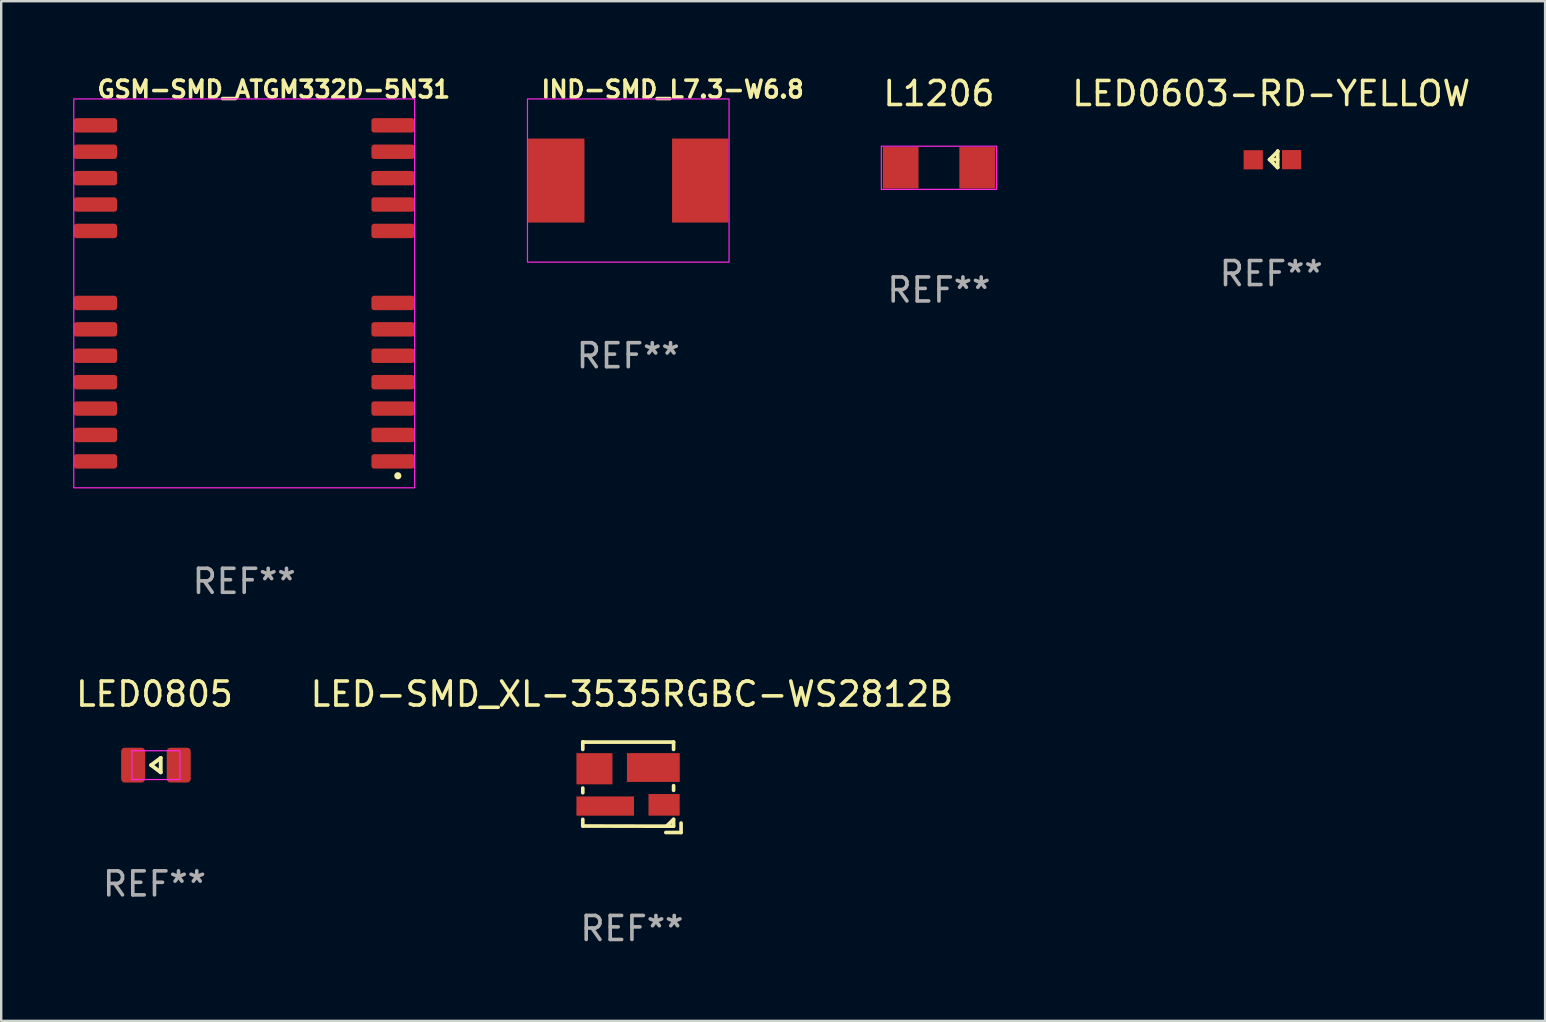
<source format=kicad_pcb>
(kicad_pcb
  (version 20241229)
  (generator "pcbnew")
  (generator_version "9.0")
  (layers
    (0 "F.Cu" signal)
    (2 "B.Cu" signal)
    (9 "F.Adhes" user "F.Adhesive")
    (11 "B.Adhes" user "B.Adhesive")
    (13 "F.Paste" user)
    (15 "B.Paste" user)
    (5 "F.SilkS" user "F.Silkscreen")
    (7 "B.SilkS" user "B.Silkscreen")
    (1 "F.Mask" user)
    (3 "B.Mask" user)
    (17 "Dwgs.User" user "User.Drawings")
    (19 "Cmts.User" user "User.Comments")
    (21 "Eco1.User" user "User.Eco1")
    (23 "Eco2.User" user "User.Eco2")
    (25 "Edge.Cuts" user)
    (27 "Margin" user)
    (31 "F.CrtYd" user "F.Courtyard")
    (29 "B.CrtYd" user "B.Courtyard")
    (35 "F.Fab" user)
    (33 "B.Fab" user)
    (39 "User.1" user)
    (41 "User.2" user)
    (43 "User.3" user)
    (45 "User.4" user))
  (footprint "LED0603-RD-YELLOW"
    (layer "F.Cu")
    (at 49.966 3.605)
    (property "Reference" "LED0603-RD-YELLOW" (at -0.05 -2.757 0) (layer "F.SilkS") (effects (font (size 1 1) (thickness 0.15))))
    (attr through_hole)
    (fp_line (start 0.21 0.323) (end -0.12 -0.007) (stroke (width 0.15) (type solid)) (layer "F.SilkS"))
    (fp_line (start 0.22 -0.357) (end 0.22 -0.347) (stroke (width 0.15) (type solid)) (layer "F.SilkS"))
    (fp_line (start 0.22 -0.357) (end 0.22 0.323) (stroke (width 0.15) (type solid)) (layer "F.SilkS"))
    (fp_line (start 0.22 -0.347) (end -0.12 -0.007) (stroke (width 0.15) (type solid)) (layer "F.SilkS"))
    (fp_line (start 0.22 -0.007) (end -0.12 -0.007) (stroke (width 0.15) (type solid)) (layer "F.SilkS"))
    (fp_line (start 0.22 0.323) (end 0.21 0.323) (stroke (width 0.15) (type solid)) (layer "F.SilkS"))
    (fp_text user "REF**" (at -0.05 4.746 0) (layer "F.Fab") (effects (font (size 1 1) (thickness 0.15))))
    (pad "1" smd rect (at -0.799 0.003 90) (size 0.8 0.8) (layers "F.Cu" "F.Mask" "F.Paste"))
    (pad "2" smd rect (at 0.799 -0.003 90) (size 0.8 0.8) (layers "F.Cu" "F.Mask" "F.Paste")))
  (footprint "LED-SMD_XL-3535RGBC-WS2812B"
    (layer "F.Cu")
    (at 23.168 29.732)
    (property "Reference" "LED-SMD_XL-3535RGBC-WS2812B" (at 0.111 -3.863 0) (layer "F.SilkS") (effects (font (size 1 1) (thickness 0.15))))
    (attr through_hole)
    (fp_line (start -1.936 -1.863) (end -1.936 -1.843) (stroke (width 0.152) (type solid)) (layer "F.SilkS"))
    (fp_line (start -1.936 1.357) (end -1.936 1.634) (stroke (width 0.152) (type solid)) (layer "F.SilkS"))
    (fp_line (start -1.936 1.634) (end 1.846 1.642) (stroke (width 0.152) (type solid)) (layer "F.SilkS"))
    (fp_line (start -1.936 -1.861) (end -1.936 -1.557) (stroke (width 0.152) (type solid)) (layer "F.SilkS"))
    (fp_line (start -1.936 0.052) (end -1.936 0.248) (stroke (width 0.152) (type solid)) (layer "F.SilkS"))
    (fp_line (start -1.9 -1.861) (end -1.936 -1.861) (stroke (width 0.152) (type solid)) (layer "F.SilkS"))
    (fp_line (start 1.524 1.905) (end 2.159 1.905) (stroke (width 0.152) (type solid)) (layer "F.SilkS"))
    (fp_line (start 1.846 1.357) (end 1.559 1.634) (stroke (width 0.152) (type solid)) (layer "F.SilkS"))
    (fp_line (start 1.846 1.642) (end 1.846 1.357) (stroke (width 0.152) (type solid)) (layer "F.SilkS"))
    (fp_line (start 1.847 -1.863) (end -1.936 -1.863) (stroke (width 0.152) (type solid)) (layer "F.SilkS"))
    (fp_line (start 1.847 -1.557) (end 1.847 -1.863) (stroke (width 0.152) (type solid)) (layer "F.SilkS"))
    (fp_line (start 1.847 0.148) (end 1.847 -0.048) (stroke (width 0.152) (type solid)) (layer "F.SilkS"))
    (fp_line (start 2.159 1.905) (end 2.159 1.51) (stroke (width 0.152) (type solid)) (layer "F.SilkS"))
    (fp_circle (center 1.802 1.65) (end 1.832 1.65) (stroke (width 0.06) (type solid)) (fill no) (layer "F.SilkS"))
    (fp_text user "REF**" (at 0.111 5.905 0) (layer "F.Fab") (effects (font (size 1 1) (thickness 0.15))))
    (pad "1" smd rect (at 1.451 0.752) (size 1.3 0.9) (layers "F.Cu" "F.Mask" "F.Paste"))
    (pad "2" smd rect (at 1.004 -0.803) (size 2.2 1.2) (layers "F.Cu" "F.Mask" "F.Paste"))
    (pad "3" smd rect (at -1.451 -0.752) (size 1.5 1.3) (layers "F.Cu" "F.Mask" "F.Paste"))
    (pad "4" smd rect (at -1.001 0.803) (size 2.4 0.8) (layers "F.Cu" "F.Mask" "F.Paste")))
  (footprint "IND-SMD_L7.3-W6.8"
    (layer "F.Cu")
    (at 23.127 4.473)
    (property "Reference" "IND-SMD_L7.3-W6.8" (at -3.7 -3.8 0) (layer "F.SilkS") (effects (font (size 0.7 0.7) (thickness 0.15)) (justify left)))
    (attr through_hole)
    (fp_rect (start -4.2 -3.4) (end 4.2 3.4) (stroke (width 0.05) (type default)) (fill no) (layer "F.CrtYd"))
    (fp_text user "REF**" (at 0 7.3 0) (layer "F.Fab") (effects (font (size 1 1) (thickness 0.15))))
    (pad "1" smd rect (at -3 0) (size 2.35 3.5) (layers "F.Cu" "F.Mask" "F.Paste"))
    (pad "2" smd rect (at 3 0) (size 2.35 3.5) (layers "F.Cu" "F.Mask" "F.Paste")))
  (footprint "L1206"
    (layer "F.Cu")
    (at 36.071 3.941)
    (property "Reference" "L1206" (at 0 -3.093 0) (layer "F.SilkS") (effects (font (size 1 1) (thickness 0.15))))
    (attr through_hole)
    (fp_rect (start -2.4 -0.9) (end 2.4 0.9) (stroke (width 0.05) (type default)) (fill no) (layer "F.CrtYd"))
    (fp_text user "REF**" (at 0 5.093 0) (layer "F.Fab") (effects (font (size 1 1) (thickness 0.15))))
    (pad "1" smd rect (at -1.593 0) (size 1.485 1.728) (layers "F.Cu" "F.Mask" "F.Paste"))
    (pad "2" smd rect (at 1.593 0) (size 1.485 1.728) (layers "F.Cu" "F.Mask" "F.Paste")))
  (footprint "LED0805"
    (layer "F.Cu")
    (at 3.447 28.829)
    (property "Reference" "LED0805" (at -0.06 -2.96 0) (layer "F.SilkS") (effects (font (size 1 1) (thickness 0.15))))
    (attr through_hole)
    (fp_line (start -0.2 0) (end 0.2 -0.3) (stroke (width 0.16) (type default)) (layer "F.SilkS"))
    (fp_line (start 0.2 -0.3) (end 0.2 0.3) (stroke (width 0.16) (type default)) (layer "F.SilkS"))
    (fp_line (start 0.2 0.3) (end -0.2 0) (stroke (width 0.16) (type default)) (layer "F.SilkS"))
    (fp_rect (start -1 -0.6) (end 1 0.6) (stroke (width 0.05) (type default)) (fill no) (layer "F.CrtYd"))
    (fp_text user "REF**" (at -0.06 4.95 0) (layer "F.Fab") (effects (font (size 1 1) (thickness 0.15))))
    (pad "1" smd roundrect (at -0.95 0 180) (size 1 1.45) (layers "F.Cu" "F.Mask" "F.Paste") (roundrect_rratio 0.15))
    (pad "2" smd roundrect (at 0.95 0 180) (size 1 1.45) (layers "F.Cu" "F.Mask" "F.Paste") (roundrect_rratio 0.15)))
  (footprint "GSM-SMD_ATGM332D-5N31"
    (layer "F.Cu")
    (at 7.125 9.173)
    (property "Reference" "GSM-SMD_ATGM332D-5N31" (at -6.2 -8.5 0) (layer "F.SilkS") (effects (font (size 0.7 0.7) (thickness 0.15)) (justify left)))
    (attr through_hole)
    (fp_circle (center 6.4 7.6) (end 6.55 7.6) (stroke (width 0) (type solid)) (fill yes) (layer "F.SilkS"))
    (fp_rect (start -7.1 -8.1) (end 7.1 8.1) (stroke (width 0.05) (type default)) (fill no) (layer "F.CrtYd"))
    (fp_text user "REF**" (at 0 12 0) (layer "F.Fab") (effects (font (size 1 1) (thickness 0.15))))
    (pad "1" smd roundrect (at 6.2 7 270) (size 0.6 1.8) (layers "F.Cu" "F.Mask" "F.Paste") (roundrect_rratio 0.188))
    (pad "2" smd roundrect (at 6.2 5.9 270) (size 0.6 1.8) (layers "F.Cu" "F.Mask" "F.Paste") (roundrect_rratio 0.188))
    (pad "3" smd roundrect (at 6.2 4.8 270) (size 0.6 1.8) (layers "F.Cu" "F.Mask" "F.Paste") (roundrect_rratio 0.188))
    (pad "4" smd roundrect (at 6.2 3.7 270) (size 0.6 1.8) (layers "F.Cu" "F.Mask" "F.Paste") (roundrect_rratio 0.188))
    (pad "5" smd roundrect (at 6.2 2.6 270) (size 0.6 1.8) (layers "F.Cu" "F.Mask" "F.Paste") (roundrect_rratio 0.188))
    (pad "6" smd roundrect (at 6.2 1.5 270) (size 0.6 1.8) (layers "F.Cu" "F.Mask" "F.Paste") (roundrect_rratio 0.188))
    (pad "7" smd roundrect (at 6.2 0.4 270) (size 0.6 1.8) (layers "F.Cu" "F.Mask" "F.Paste") (roundrect_rratio 0.188))
    (pad "8" smd roundrect (at 6.2 -2.6 270) (size 0.6 1.8) (layers "F.Cu" "F.Mask" "F.Paste") (roundrect_rratio 0.188))
    (pad "9" smd roundrect (at 6.2 -3.7 270) (size 0.6 1.8) (layers "F.Cu" "F.Mask" "F.Paste") (roundrect_rratio 0.188))
    (pad "10" smd roundrect (at 6.2 -4.8 270) (size 0.6 1.8) (layers "F.Cu" "F.Mask" "F.Paste") (roundrect_rratio 0.188))
    (pad "11" smd roundrect (at 6.2 -5.9 270) (size 0.6 1.8) (layers "F.Cu" "F.Mask" "F.Paste") (roundrect_rratio 0.188))
    (pad "12" smd roundrect (at 6.2 -7 270) (size 0.6 1.8) (layers "F.Cu" "F.Mask" "F.Paste") (roundrect_rratio 0.188))
    (pad "13" smd roundrect (at -6.2 -7 270) (size 0.6 1.8) (layers "F.Cu" "F.Mask" "F.Paste") (roundrect_rratio 0.188))
    (pad "14" smd roundrect (at -6.2 -5.9 270) (size 0.6 1.8) (layers "F.Cu" "F.Mask" "F.Paste") (roundrect_rratio 0.188))
    (pad "15" smd roundrect (at -6.2 -4.8 270) (size 0.6 1.8) (layers "F.Cu" "F.Mask" "F.Paste") (roundrect_rratio 0.188))
    (pad "16" smd roundrect (at -6.2 -3.7 270) (size 0.6 1.8) (layers "F.Cu" "F.Mask" "F.Paste") (roundrect_rratio 0.188))
    (pad "17" smd roundrect (at -6.2 -2.6 270) (size 0.6 1.8) (layers "F.Cu" "F.Mask" "F.Paste") (roundrect_rratio 0.188))
    (pad "18" smd roundrect (at -6.2 0.4 270) (size 0.6 1.8) (layers "F.Cu" "F.Mask" "F.Paste") (roundrect_rratio 0.188))
    (pad "19" smd roundrect (at -6.2 1.5 270) (size 0.6 1.8) (layers "F.Cu" "F.Mask" "F.Paste") (roundrect_rratio 0.188))
    (pad "20" smd roundrect (at -6.2 2.6 270) (size 0.6 1.8) (layers "F.Cu" "F.Mask" "F.Paste") (roundrect_rratio 0.188))
    (pad "21" smd roundrect (at -6.2 3.7 270) (size 0.6 1.8) (layers "F.Cu" "F.Mask" "F.Paste") (roundrect_rratio 0.188))
    (pad "22" smd roundrect (at -6.2 4.8 270) (size 0.6 1.8) (layers "F.Cu" "F.Mask" "F.Paste") (roundrect_rratio 0.188))
    (pad "23" smd roundrect (at -6.2 5.9 270) (size 0.6 1.8) (layers "F.Cu" "F.Mask" "F.Paste") (roundrect_rratio 0.188))
    (pad "24" smd roundrect (at -6.2 7 270) (size 0.6 1.8) (layers "F.Cu" "F.Mask" "F.Paste") (roundrect_rratio 0.188)))
  (gr_rect
    (start -3 -3)
    (end 61.327 39.486)
    (stroke (width 0.1) (type default))
    (fill no)
    (layer "Edge.Cuts")))
</source>
